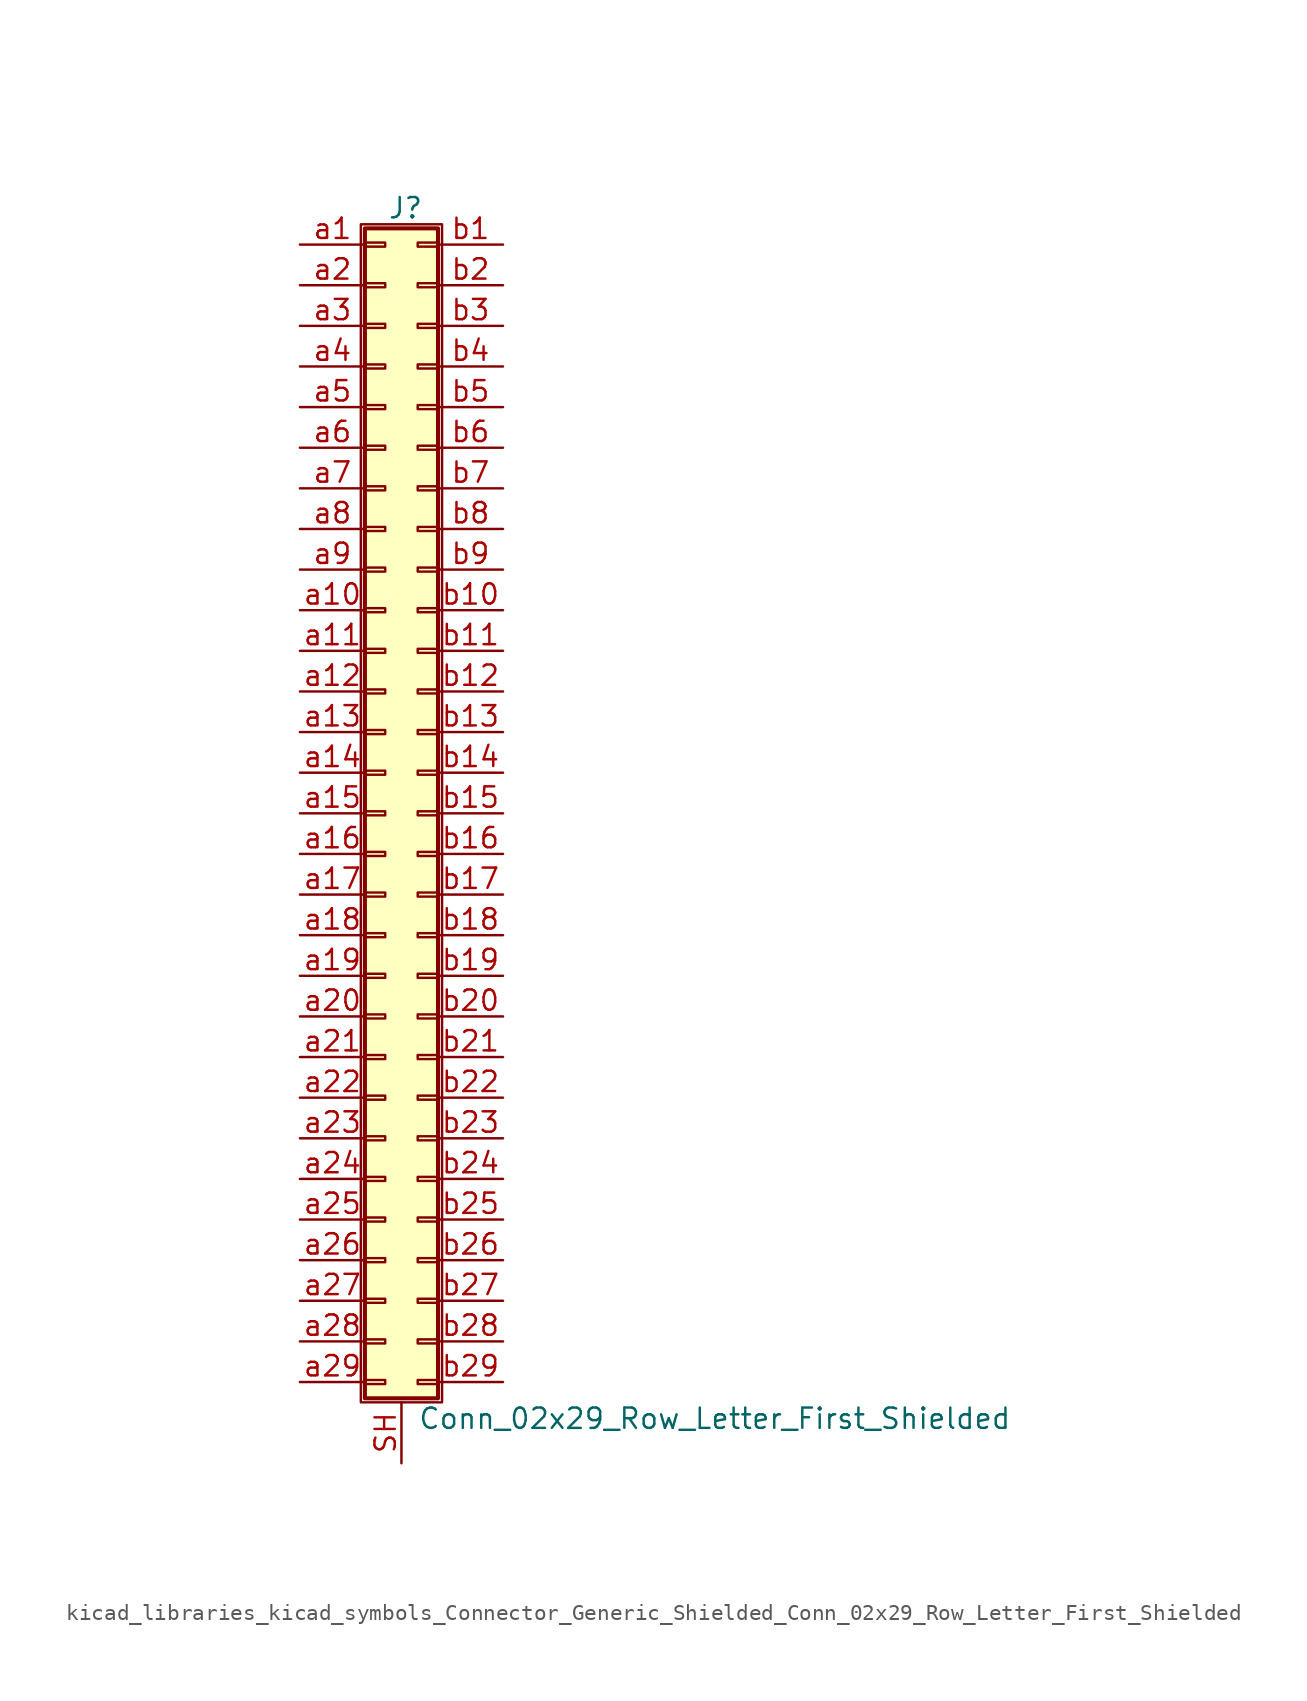
<source format=kicad_sym>
(kicad_symbol_lib
  (version 20220914)
  (generator kicad_symbol_editor)
  (symbol "kicad_libraries_kicad_symbols_Connector_Generic_Shielded_Conn_02x29_Row_Letter_First_Shielded"
    (pin_names
      (offset 1.016) hide)
    (property "Reference" "J"
      (at 1.524 37.846 0)
      (effects (font (size 1.27 1.27))))
    (property "Value" "Conn_02x29_Row_Letter_First_Shielded"
      (at 2.286 -37.846 0)
      (effects (font (size 1.27 1.27)) (justify left)))
    (symbol "kicad_libraries_kicad_symbols_Connector_Generic_Shielded_Conn_02x29_Row_Letter_First_Shielded_1_1"
      (rectangle (start -1.27 36.83) (end 3.81 -36.83) (stroke (width 0.152) (type default)) (fill (type none)))
      (rectangle (start -1.016 -35.433) (end 0.254 -35.687) (stroke (width 0.152) (type default)) (fill (type none)))
      (rectangle (start -1.016 -32.893) (end 0.254 -33.147) (stroke (width 0.152) (type default)) (fill (type none)))
      (rectangle (start -1.016 -30.353) (end 0.254 -30.607) (stroke (width 0.152) (type default)) (fill (type none)))
      (rectangle (start -1.016 -27.813) (end 0.254 -28.067) (stroke (width 0.152) (type default)) (fill (type none)))
      (rectangle (start -1.016 -25.273) (end 0.254 -25.527) (stroke (width 0.152) (type default)) (fill (type none)))
      (rectangle (start -1.016 -22.733) (end 0.254 -22.987) (stroke (width 0.152) (type default)) (fill (type none)))
      (rectangle (start -1.016 -20.193) (end 0.254 -20.447) (stroke (width 0.152) (type default)) (fill (type none)))
      (rectangle (start -1.016 -17.653) (end 0.254 -17.907) (stroke (width 0.152) (type default)) (fill (type none)))
      (rectangle (start -1.016 -15.113) (end 0.254 -15.367) (stroke (width 0.152) (type default)) (fill (type none)))
      (rectangle (start -1.016 -12.573) (end 0.254 -12.827) (stroke (width 0.152) (type default)) (fill (type none)))
      (rectangle (start -1.016 -10.033) (end 0.254 -10.287) (stroke (width 0.152) (type default)) (fill (type none)))
      (rectangle (start -1.016 -7.493) (end 0.254 -7.747) (stroke (width 0.152) (type default)) (fill (type none)))
      (rectangle (start -1.016 -4.953) (end 0.254 -5.207) (stroke (width 0.152) (type default)) (fill (type none)))
      (rectangle (start -1.016 -2.413) (end 0.254 -2.667) (stroke (width 0.152) (type default)) (fill (type none)))
      (rectangle (start -1.016 0.127) (end 0.254 -0.127) (stroke (width 0.152) (type default)) (fill (type none)))
      (rectangle (start -1.016 2.667) (end 0.254 2.413) (stroke (width 0.152) (type default)) (fill (type none)))
      (rectangle (start -1.016 5.207) (end 0.254 4.953) (stroke (width 0.152) (type default)) (fill (type none)))
      (rectangle (start -1.016 7.747) (end 0.254 7.493) (stroke (width 0.152) (type default)) (fill (type none)))
      (rectangle (start -1.016 10.287) (end 0.254 10.033) (stroke (width 0.152) (type default)) (fill (type none)))
      (rectangle (start -1.016 12.827) (end 0.254 12.573) (stroke (width 0.152) (type default)) (fill (type none)))
      (rectangle (start -1.016 15.367) (end 0.254 15.113) (stroke (width 0.152) (type default)) (fill (type none)))
      (rectangle (start -1.016 17.907) (end 0.254 17.653) (stroke (width 0.152) (type default)) (fill (type none)))
      (rectangle (start -1.016 20.447) (end 0.254 20.193) (stroke (width 0.152) (type default)) (fill (type none)))
      (rectangle (start -1.016 22.987) (end 0.254 22.733) (stroke (width 0.152) (type default)) (fill (type none)))
      (rectangle (start -1.016 25.527) (end 0.254 25.273) (stroke (width 0.152) (type default)) (fill (type none)))
      (rectangle (start -1.016 28.067) (end 0.254 27.813) (stroke (width 0.152) (type default)) (fill (type none)))
      (rectangle (start -1.016 30.607) (end 0.254 30.353) (stroke (width 0.152) (type default)) (fill (type none)))
      (rectangle (start -1.016 33.147) (end 0.254 32.893) (stroke (width 0.152) (type default)) (fill (type none)))
      (rectangle (start -1.016 35.687) (end 0.254 35.433) (stroke (width 0.152) (type default)) (fill (type none)))
      (rectangle (start -1.016 36.576) (end 3.556 -36.576) (stroke (width 0.254) (type default)) (fill (type background)))
      (rectangle (start 3.556 -35.433) (end 2.286 -35.687) (stroke (width 0.152) (type default)) (fill (type none)))
      (rectangle (start 3.556 -32.893) (end 2.286 -33.147) (stroke (width 0.152) (type default)) (fill (type none)))
      (rectangle (start 3.556 -30.353) (end 2.286 -30.607) (stroke (width 0.152) (type default)) (fill (type none)))
      (rectangle (start 3.556 -27.813) (end 2.286 -28.067) (stroke (width 0.152) (type default)) (fill (type none)))
      (rectangle (start 3.556 -25.273) (end 2.286 -25.527) (stroke (width 0.152) (type default)) (fill (type none)))
      (rectangle (start 3.556 -22.733) (end 2.286 -22.987) (stroke (width 0.152) (type default)) (fill (type none)))
      (rectangle (start 3.556 -20.193) (end 2.286 -20.447) (stroke (width 0.152) (type default)) (fill (type none)))
      (rectangle (start 3.556 -17.653) (end 2.286 -17.907) (stroke (width 0.152) (type default)) (fill (type none)))
      (rectangle (start 3.556 -15.113) (end 2.286 -15.367) (stroke (width 0.152) (type default)) (fill (type none)))
      (rectangle (start 3.556 -12.573) (end 2.286 -12.827) (stroke (width 0.152) (type default)) (fill (type none)))
      (rectangle (start 3.556 -10.033) (end 2.286 -10.287) (stroke (width 0.152) (type default)) (fill (type none)))
      (rectangle (start 3.556 -7.493) (end 2.286 -7.747) (stroke (width 0.152) (type default)) (fill (type none)))
      (rectangle (start 3.556 -4.953) (end 2.286 -5.207) (stroke (width 0.152) (type default)) (fill (type none)))
      (rectangle (start 3.556 -2.413) (end 2.286 -2.667) (stroke (width 0.152) (type default)) (fill (type none)))
      (rectangle (start 3.556 0.127) (end 2.286 -0.127) (stroke (width 0.152) (type default)) (fill (type none)))
      (rectangle (start 3.556 2.667) (end 2.286 2.413) (stroke (width 0.152) (type default)) (fill (type none)))
      (rectangle (start 3.556 5.207) (end 2.286 4.953) (stroke (width 0.152) (type default)) (fill (type none)))
      (rectangle (start 3.556 7.747) (end 2.286 7.493) (stroke (width 0.152) (type default)) (fill (type none)))
      (rectangle (start 3.556 10.287) (end 2.286 10.033) (stroke (width 0.152) (type default)) (fill (type none)))
      (rectangle (start 3.556 12.827) (end 2.286 12.573) (stroke (width 0.152) (type default)) (fill (type none)))
      (rectangle (start 3.556 15.367) (end 2.286 15.113) (stroke (width 0.152) (type default)) (fill (type none)))
      (rectangle (start 3.556 17.907) (end 2.286 17.653) (stroke (width 0.152) (type default)) (fill (type none)))
      (rectangle (start 3.556 20.447) (end 2.286 20.193) (stroke (width 0.152) (type default)) (fill (type none)))
      (rectangle (start 3.556 22.987) (end 2.286 22.733) (stroke (width 0.152) (type default)) (fill (type none)))
      (rectangle (start 3.556 25.527) (end 2.286 25.273) (stroke (width 0.152) (type default)) (fill (type none)))
      (rectangle (start 3.556 28.067) (end 2.286 27.813) (stroke (width 0.152) (type default)) (fill (type none)))
      (rectangle (start 3.556 30.607) (end 2.286 30.353) (stroke (width 0.152) (type default)) (fill (type none)))
      (rectangle (start 3.556 33.147) (end 2.286 32.893) (stroke (width 0.152) (type default)) (fill (type none)))
      (rectangle (start 3.556 35.687) (end 2.286 35.433) (stroke (width 0.152) (type default)) (fill (type none)))
      (pin passive line (at 1.27 -40.64 90) (length 3.81) (name "Shield" (effects (font (size 1.27 1.27)))) (number "SH" (effects (font (size 1.27 1.27)))))
      (pin passive line (at -5.08 35.56 0) (length 4.064) (name "Pin_a1" (effects (font (size 1.27 1.27)))) (number "a1" (effects (font (size 1.27 1.27)))))
      (pin passive line (at -5.08 12.7 0) (length 4.064) (name "Pin_a10" (effects (font (size 1.27 1.27)))) (number "a10" (effects (font (size 1.27 1.27)))))
      (pin passive line (at -5.08 10.16 0) (length 4.064) (name "Pin_a11" (effects (font (size 1.27 1.27)))) (number "a11" (effects (font (size 1.27 1.27)))))
      (pin passive line (at -5.08 7.62 0) (length 4.064) (name "Pin_a12" (effects (font (size 1.27 1.27)))) (number "a12" (effects (font (size 1.27 1.27)))))
      (pin passive line (at -5.08 5.08 0) (length 4.064) (name "Pin_a13" (effects (font (size 1.27 1.27)))) (number "a13" (effects (font (size 1.27 1.27)))))
      (pin passive line (at -5.08 2.54 0) (length 4.064) (name "Pin_a14" (effects (font (size 1.27 1.27)))) (number "a14" (effects (font (size 1.27 1.27)))))
      (pin passive line (at -5.08 0 0) (length 4.064) (name "Pin_a15" (effects (font (size 1.27 1.27)))) (number "a15" (effects (font (size 1.27 1.27)))))
      (pin passive line (at -5.08 -2.54 0) (length 4.064) (name "Pin_a16" (effects (font (size 1.27 1.27)))) (number "a16" (effects (font (size 1.27 1.27)))))
      (pin passive line (at -5.08 -5.08 0) (length 4.064) (name "Pin_a17" (effects (font (size 1.27 1.27)))) (number "a17" (effects (font (size 1.27 1.27)))))
      (pin passive line (at -5.08 -7.62 0) (length 4.064) (name "Pin_a18" (effects (font (size 1.27 1.27)))) (number "a18" (effects (font (size 1.27 1.27)))))
      (pin passive line (at -5.08 -10.16 0) (length 4.064) (name "Pin_a19" (effects (font (size 1.27 1.27)))) (number "a19" (effects (font (size 1.27 1.27)))))
      (pin passive line (at -5.08 33.02 0) (length 4.064) (name "Pin_a2" (effects (font (size 1.27 1.27)))) (number "a2" (effects (font (size 1.27 1.27)))))
      (pin passive line (at -5.08 -12.7 0) (length 4.064) (name "Pin_a20" (effects (font (size 1.27 1.27)))) (number "a20" (effects (font (size 1.27 1.27)))))
      (pin passive line (at -5.08 -15.24 0) (length 4.064) (name "Pin_a21" (effects (font (size 1.27 1.27)))) (number "a21" (effects (font (size 1.27 1.27)))))
      (pin passive line (at -5.08 -17.78 0) (length 4.064) (name "Pin_a22" (effects (font (size 1.27 1.27)))) (number "a22" (effects (font (size 1.27 1.27)))))
      (pin passive line (at -5.08 -20.32 0) (length 4.064) (name "Pin_a23" (effects (font (size 1.27 1.27)))) (number "a23" (effects (font (size 1.27 1.27)))))
      (pin passive line (at -5.08 -22.86 0) (length 4.064) (name "Pin_a24" (effects (font (size 1.27 1.27)))) (number "a24" (effects (font (size 1.27 1.27)))))
      (pin passive line (at -5.08 -25.4 0) (length 4.064) (name "Pin_a25" (effects (font (size 1.27 1.27)))) (number "a25" (effects (font (size 1.27 1.27)))))
      (pin passive line (at -5.08 -27.94 0) (length 4.064) (name "Pin_a26" (effects (font (size 1.27 1.27)))) (number "a26" (effects (font (size 1.27 1.27)))))
      (pin passive line (at -5.08 -30.48 0) (length 4.064) (name "Pin_a27" (effects (font (size 1.27 1.27)))) (number "a27" (effects (font (size 1.27 1.27)))))
      (pin passive line (at -5.08 -33.02 0) (length 4.064) (name "Pin_a28" (effects (font (size 1.27 1.27)))) (number "a28" (effects (font (size 1.27 1.27)))))
      (pin passive line (at -5.08 -35.56 0) (length 4.064) (name "Pin_a29" (effects (font (size 1.27 1.27)))) (number "a29" (effects (font (size 1.27 1.27)))))
      (pin passive line (at -5.08 30.48 0) (length 4.064) (name "Pin_a3" (effects (font (size 1.27 1.27)))) (number "a3" (effects (font (size 1.27 1.27)))))
      (pin passive line (at -5.08 27.94 0) (length 4.064) (name "Pin_a4" (effects (font (size 1.27 1.27)))) (number "a4" (effects (font (size 1.27 1.27)))))
      (pin passive line (at -5.08 25.4 0) (length 4.064) (name "Pin_a5" (effects (font (size 1.27 1.27)))) (number "a5" (effects (font (size 1.27 1.27)))))
      (pin passive line (at -5.08 22.86 0) (length 4.064) (name "Pin_a6" (effects (font (size 1.27 1.27)))) (number "a6" (effects (font (size 1.27 1.27)))))
      (pin passive line (at -5.08 20.32 0) (length 4.064) (name "Pin_a7" (effects (font (size 1.27 1.27)))) (number "a7" (effects (font (size 1.27 1.27)))))
      (pin passive line (at -5.08 17.78 0) (length 4.064) (name "Pin_a8" (effects (font (size 1.27 1.27)))) (number "a8" (effects (font (size 1.27 1.27)))))
      (pin passive line (at -5.08 15.24 0) (length 4.064) (name "Pin_a9" (effects (font (size 1.27 1.27)))) (number "a9" (effects (font (size 1.27 1.27)))))
      (pin passive line (at 7.62 35.56 180) (length 4.064) (name "Pin_b1" (effects (font (size 1.27 1.27)))) (number "b1" (effects (font (size 1.27 1.27)))))
      (pin passive line (at 7.62 12.7 180) (length 4.064) (name "Pin_b10" (effects (font (size 1.27 1.27)))) (number "b10" (effects (font (size 1.27 1.27)))))
      (pin passive line (at 7.62 10.16 180) (length 4.064) (name "Pin_b11" (effects (font (size 1.27 1.27)))) (number "b11" (effects (font (size 1.27 1.27)))))
      (pin passive line (at 7.62 7.62 180) (length 4.064) (name "Pin_b12" (effects (font (size 1.27 1.27)))) (number "b12" (effects (font (size 1.27 1.27)))))
      (pin passive line (at 7.62 5.08 180) (length 4.064) (name "Pin_b13" (effects (font (size 1.27 1.27)))) (number "b13" (effects (font (size 1.27 1.27)))))
      (pin passive line (at 7.62 2.54 180) (length 4.064) (name "Pin_b14" (effects (font (size 1.27 1.27)))) (number "b14" (effects (font (size 1.27 1.27)))))
      (pin passive line (at 7.62 0 180) (length 4.064) (name "Pin_b15" (effects (font (size 1.27 1.27)))) (number "b15" (effects (font (size 1.27 1.27)))))
      (pin passive line (at 7.62 -2.54 180) (length 4.064) (name "Pin_b16" (effects (font (size 1.27 1.27)))) (number "b16" (effects (font (size 1.27 1.27)))))
      (pin passive line (at 7.62 -5.08 180) (length 4.064) (name "Pin_b17" (effects (font (size 1.27 1.27)))) (number "b17" (effects (font (size 1.27 1.27)))))
      (pin passive line (at 7.62 -7.62 180) (length 4.064) (name "Pin_b18" (effects (font (size 1.27 1.27)))) (number "b18" (effects (font (size 1.27 1.27)))))
      (pin passive line (at 7.62 -10.16 180) (length 4.064) (name "Pin_b19" (effects (font (size 1.27 1.27)))) (number "b19" (effects (font (size 1.27 1.27)))))
      (pin passive line (at 7.62 33.02 180) (length 4.064) (name "Pin_b2" (effects (font (size 1.27 1.27)))) (number "b2" (effects (font (size 1.27 1.27)))))
      (pin passive line (at 7.62 -12.7 180) (length 4.064) (name "Pin_b20" (effects (font (size 1.27 1.27)))) (number "b20" (effects (font (size 1.27 1.27)))))
      (pin passive line (at 7.62 -15.24 180) (length 4.064) (name "Pin_b21" (effects (font (size 1.27 1.27)))) (number "b21" (effects (font (size 1.27 1.27)))))
      (pin passive line (at 7.62 -17.78 180) (length 4.064) (name "Pin_b22" (effects (font (size 1.27 1.27)))) (number "b22" (effects (font (size 1.27 1.27)))))
      (pin passive line (at 7.62 -20.32 180) (length 4.064) (name "Pin_b23" (effects (font (size 1.27 1.27)))) (number "b23" (effects (font (size 1.27 1.27)))))
      (pin passive line (at 7.62 -22.86 180) (length 4.064) (name "Pin_b24" (effects (font (size 1.27 1.27)))) (number "b24" (effects (font (size 1.27 1.27)))))
      (pin passive line (at 7.62 -25.4 180) (length 4.064) (name "Pin_b25" (effects (font (size 1.27 1.27)))) (number "b25" (effects (font (size 1.27 1.27)))))
      (pin passive line (at 7.62 -27.94 180) (length 4.064) (name "Pin_b26" (effects (font (size 1.27 1.27)))) (number "b26" (effects (font (size 1.27 1.27)))))
      (pin passive line (at 7.62 -30.48 180) (length 4.064) (name "Pin_b27" (effects (font (size 1.27 1.27)))) (number "b27" (effects (font (size 1.27 1.27)))))
      (pin passive line (at 7.62 -33.02 180) (length 4.064) (name "Pin_b28" (effects (font (size 1.27 1.27)))) (number "b28" (effects (font (size 1.27 1.27)))))
      (pin passive line (at 7.62 -35.56 180) (length 4.064) (name "Pin_b29" (effects (font (size 1.27 1.27)))) (number "b29" (effects (font (size 1.27 1.27)))))
      (pin passive line (at 7.62 30.48 180) (length 4.064) (name "Pin_b3" (effects (font (size 1.27 1.27)))) (number "b3" (effects (font (size 1.27 1.27)))))
      (pin passive line (at 7.62 27.94 180) (length 4.064) (name "Pin_b4" (effects (font (size 1.27 1.27)))) (number "b4" (effects (font (size 1.27 1.27)))))
      (pin passive line (at 7.62 25.4 180) (length 4.064) (name "Pin_b5" (effects (font (size 1.27 1.27)))) (number "b5" (effects (font (size 1.27 1.27)))))
      (pin passive line (at 7.62 22.86 180) (length 4.064) (name "Pin_b6" (effects (font (size 1.27 1.27)))) (number "b6" (effects (font (size 1.27 1.27)))))
      (pin passive line (at 7.62 20.32 180) (length 4.064) (name "Pin_b7" (effects (font (size 1.27 1.27)))) (number "b7" (effects (font (size 1.27 1.27)))))
      (pin passive line (at 7.62 17.78 180) (length 4.064) (name "Pin_b8" (effects (font (size 1.27 1.27)))) (number "b8" (effects (font (size 1.27 1.27)))))
      (pin passive line (at 7.62 15.24 180) (length 4.064) (name "Pin_b9" (effects (font (size 1.27 1.27)))) (number "b9" (effects (font (size 1.27 1.27))))))))
</source>
